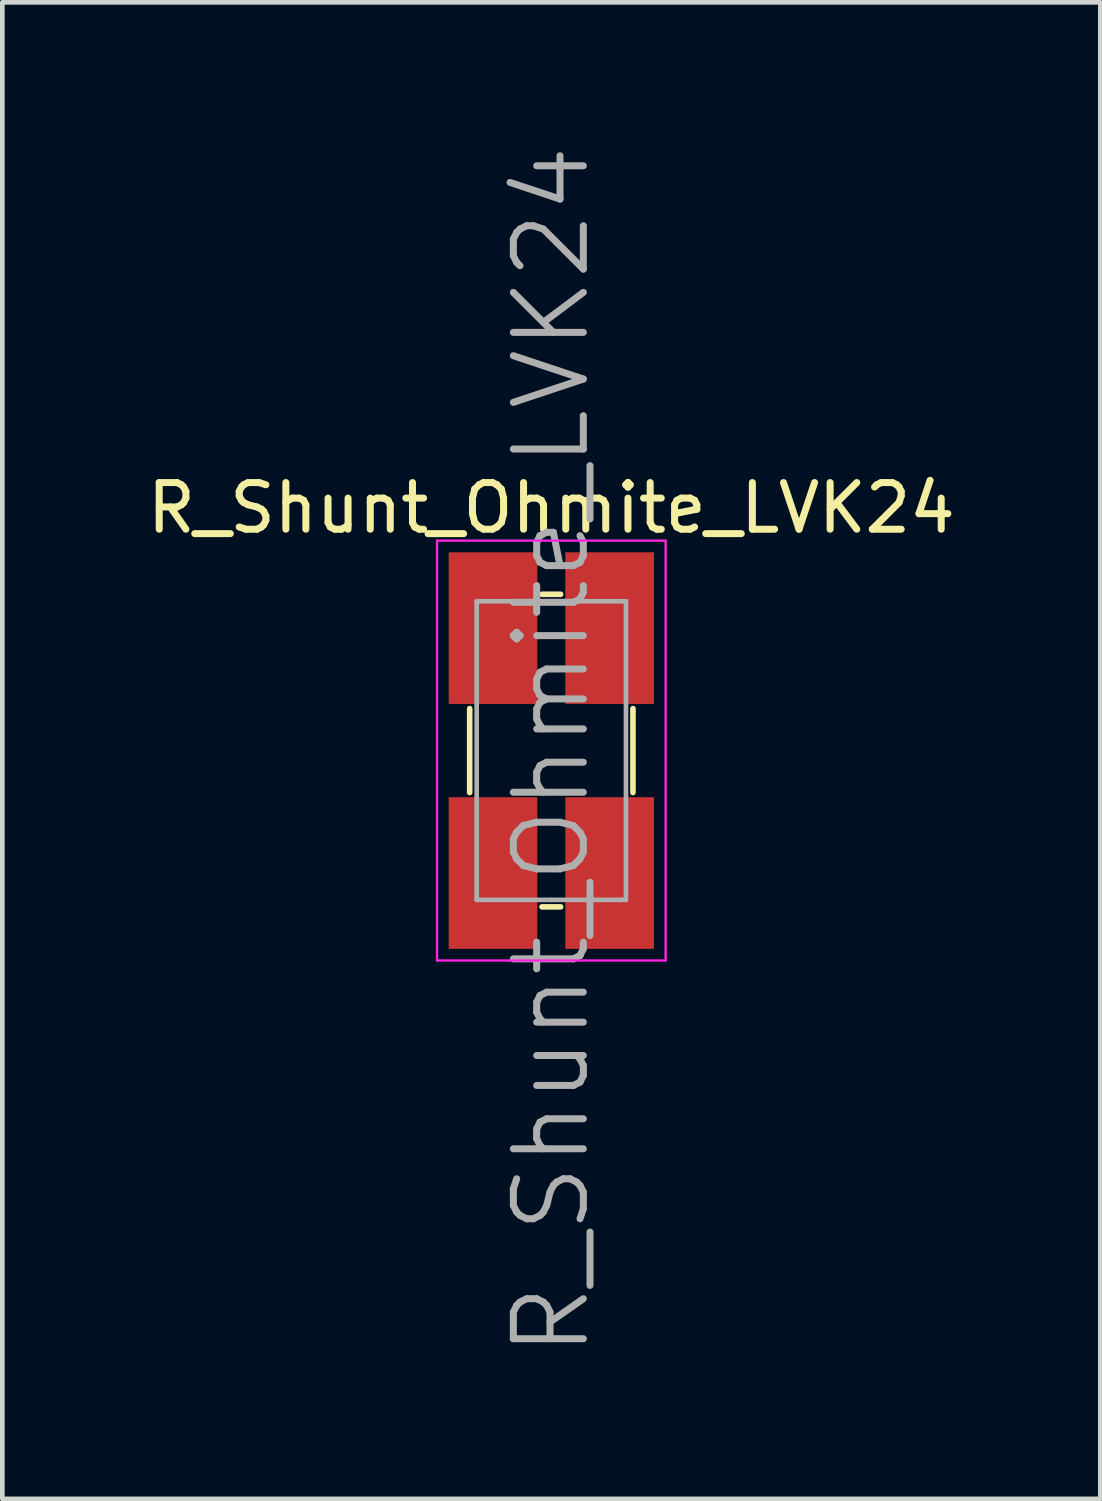
<source format=kicad_pcb>
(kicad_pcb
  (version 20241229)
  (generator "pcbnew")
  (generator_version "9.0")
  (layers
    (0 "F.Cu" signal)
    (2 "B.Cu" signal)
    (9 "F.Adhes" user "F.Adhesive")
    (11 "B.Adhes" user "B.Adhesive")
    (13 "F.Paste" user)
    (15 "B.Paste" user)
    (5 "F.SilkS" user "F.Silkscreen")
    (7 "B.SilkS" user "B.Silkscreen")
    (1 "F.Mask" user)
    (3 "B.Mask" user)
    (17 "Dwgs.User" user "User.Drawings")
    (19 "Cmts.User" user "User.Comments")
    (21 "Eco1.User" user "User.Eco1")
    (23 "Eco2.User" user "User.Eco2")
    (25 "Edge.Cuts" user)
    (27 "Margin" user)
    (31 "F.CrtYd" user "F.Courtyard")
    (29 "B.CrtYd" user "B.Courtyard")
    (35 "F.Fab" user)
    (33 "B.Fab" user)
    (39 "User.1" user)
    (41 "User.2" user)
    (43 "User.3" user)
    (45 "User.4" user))
  (footprint "R_Shunt_Ohmite_LVK24"
    (layer "F.Cu")
    (at 8.768 13.039)
    (property "Reference" "R_Shunt_Ohmite_LVK24" (at 0 -5.2 0) (layer "F.SilkS") (effects (font (size 1 1) (thickness 0.15))))
    (attr smd)
    (fp_line (start -1.75 0.9) (end -1.75 -0.9) (stroke (width 0.12) (type solid)) (layer "F.SilkS"))
    (fp_line (start 0.2 -3.35) (end -0.2 -3.35) (stroke (width 0.12) (type solid)) (layer "F.SilkS"))
    (fp_line (start 0.2 3.35) (end -0.2 3.35) (stroke (width 0.12) (type solid)) (layer "F.SilkS"))
    (fp_line (start 1.75 -0.9) (end 1.75 0.9) (stroke (width 0.12) (type solid)) (layer "F.SilkS"))
    (fp_line (start -2.45 -4.5) (end 2.45 -4.5) (stroke (width 0.05) (type solid)) (layer "F.CrtYd"))
    (fp_line (start -2.45 4.5) (end -2.45 -4.5) (stroke (width 0.05) (type solid)) (layer "F.CrtYd"))
    (fp_line (start 2.45 -4.5) (end 2.45 4.5) (stroke (width 0.05) (type solid)) (layer "F.CrtYd"))
    (fp_line (start 2.45 4.5) (end -2.45 4.5) (stroke (width 0.05) (type solid)) (layer "F.CrtYd"))
    (fp_line (start -1.6 -3.2) (end 1.6 -3.2) (stroke (width 0.1) (type solid)) (layer "F.Fab"))
    (fp_line (start -1.6 3.2) (end -1.6 -3.2) (stroke (width 0.1) (type solid)) (layer "F.Fab"))
    (fp_line (start 0 3.2) (end -1.6 3.2) (stroke (width 0.1) (type solid)) (layer "F.Fab"))
    (fp_line (start 1.6 -3.2) (end 1.6 3.2) (stroke (width 0.1) (type solid)) (layer "F.Fab"))
    (fp_line (start 1.6 3.2) (end 0 3.2) (stroke (width 0.1) (type solid)) (layer "F.Fab"))
    (fp_text user "${REFERENCE}" (at 0 0 90) (layer "F.Fab") (effects (font (size 1.5 1.5) (thickness 0.15))))
    (pad "1" smd rect (at -1.25 -2.625) (size 1.9 3.25) (layers "F.Cu" "F.Mask" "F.Paste"))
    (pad "2" smd rect (at 1.25 -2.625) (size 1.9 3.25) (layers "F.Cu" "F.Mask" "F.Paste"))
    (pad "3" smd rect (at -1.25 2.625) (size 1.9 3.25) (layers "F.Cu" "F.Mask" "F.Paste"))
    (pad "4" smd rect (at 1.25 2.625) (size 1.9 3.25) (layers "F.Cu" "F.Mask" "F.Paste")))
  (gr_rect
    (start -3 -3)
    (end 20.536 29.079)
    (stroke (width 0.1) (type default))
    (fill no)
    (layer "Edge.Cuts")))
</source>
